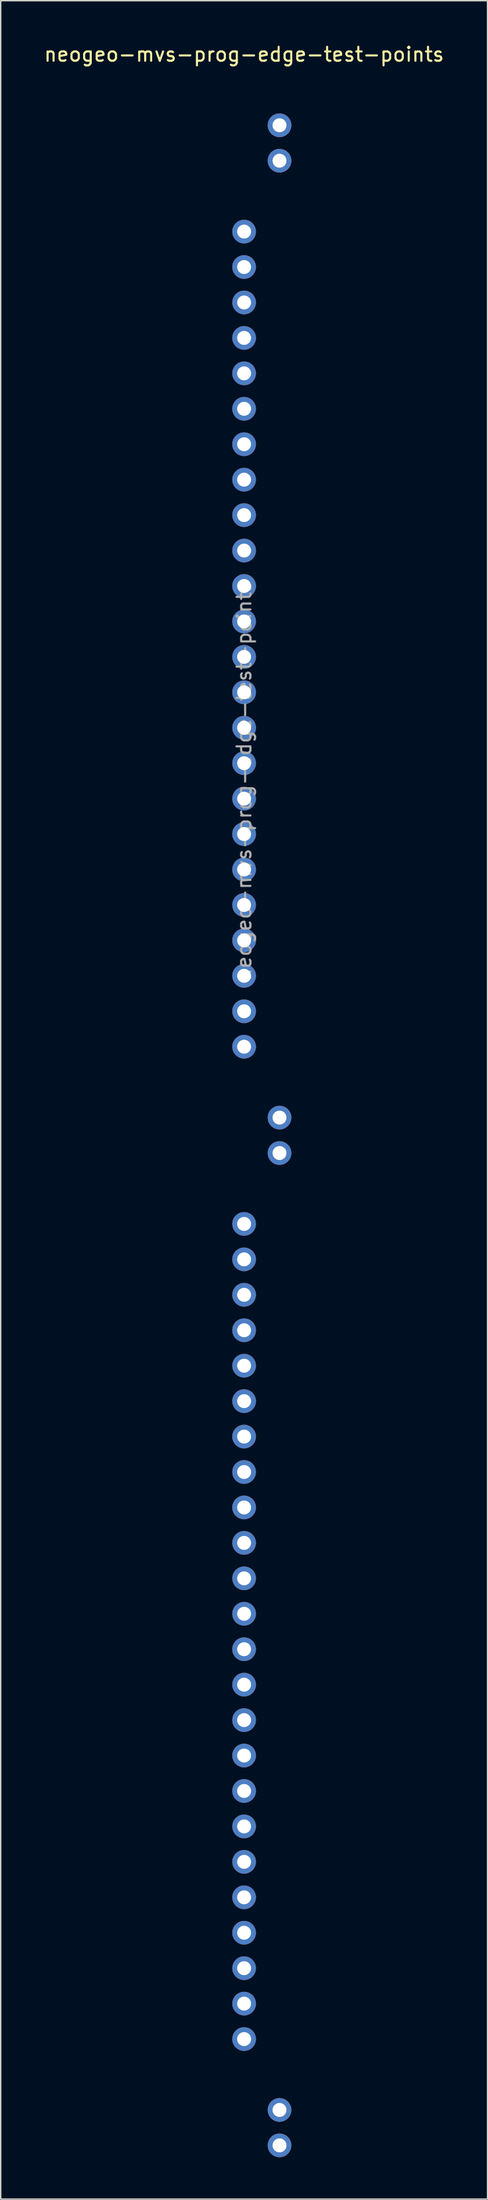
<source format=kicad_pcb>
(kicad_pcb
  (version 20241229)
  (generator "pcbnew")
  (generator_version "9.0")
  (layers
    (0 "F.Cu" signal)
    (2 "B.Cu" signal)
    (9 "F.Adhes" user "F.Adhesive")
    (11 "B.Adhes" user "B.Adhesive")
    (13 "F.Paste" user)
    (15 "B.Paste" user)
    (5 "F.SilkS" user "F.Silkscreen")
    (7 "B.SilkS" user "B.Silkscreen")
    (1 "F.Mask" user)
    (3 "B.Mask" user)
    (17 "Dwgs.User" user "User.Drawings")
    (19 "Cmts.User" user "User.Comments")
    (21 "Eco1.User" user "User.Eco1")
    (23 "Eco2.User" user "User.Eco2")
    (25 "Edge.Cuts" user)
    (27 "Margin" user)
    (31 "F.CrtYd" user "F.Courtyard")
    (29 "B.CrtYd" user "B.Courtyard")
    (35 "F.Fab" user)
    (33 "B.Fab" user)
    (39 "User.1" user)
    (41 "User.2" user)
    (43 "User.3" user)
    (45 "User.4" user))
  (footprint "neogeo-mvs-prog-edge-test-points"
    (layer "F.Cu")
    (at 14.458 3.388)
    (property "Reference" "neogeo-mvs-prog-edge-test-points" (at 0 -2.54 0) (layer "F.SilkS") (effects (font (size 1 1) (thickness 0.15))))
    (attr through_hole)
    (fp_text user "${REFERENCE}" (at 0 49.53 90) (layer "F.Fab") (effects (font (size 1 1) (thickness 0.15))))
    (pad "2" thru_hole oval (at 2.54 2.54) (size 1.7 1.7) (drill 1) (layers "*.Cu" "*.Mask"))
    (pad "3" thru_hole oval (at 2.54 5.08) (size 1.7 1.7) (drill 1) (layers "*.Cu" "*.Mask"))
    (pad "5" thru_hole oval (at 0 10.16) (size 1.7 1.7) (drill 1) (layers "*.Cu" "*.Mask"))
    (pad "6" thru_hole oval (at 0 12.7) (size 1.7 1.7) (drill 1) (layers "*.Cu" "*.Mask"))
    (pad "7" thru_hole oval (at 0 15.24) (size 1.7 1.7) (drill 1) (layers "*.Cu" "*.Mask"))
    (pad "8" thru_hole oval (at 0 17.78) (size 1.7 1.7) (drill 1) (layers "*.Cu" "*.Mask"))
    (pad "9" thru_hole oval (at 0 20.32) (size 1.7 1.7) (drill 1) (layers "*.Cu" "*.Mask"))
    (pad "10" thru_hole oval (at 0 22.86) (size 1.7 1.7) (drill 1) (layers "*.Cu" "*.Mask"))
    (pad "11" thru_hole oval (at 0 25.4) (size 1.7 1.7) (drill 1) (layers "*.Cu" "*.Mask"))
    (pad "12" thru_hole oval (at 0 27.94) (size 1.7 1.7) (drill 1) (layers "*.Cu" "*.Mask"))
    (pad "13" thru_hole oval (at 0 30.48) (size 1.7 1.7) (drill 1) (layers "*.Cu" "*.Mask"))
    (pad "14" thru_hole oval (at 0 33.02) (size 1.7 1.7) (drill 1) (layers "*.Cu" "*.Mask"))
    (pad "15" thru_hole oval (at 0 35.56) (size 1.7 1.7) (drill 1) (layers "*.Cu" "*.Mask"))
    (pad "16" thru_hole oval (at 0 38.1) (size 1.7 1.7) (drill 1) (layers "*.Cu" "*.Mask"))
    (pad "17" thru_hole oval (at 0 40.64) (size 1.7 1.7) (drill 1) (layers "*.Cu" "*.Mask"))
    (pad "18" thru_hole oval (at 0 43.18) (size 1.7 1.7) (drill 1) (layers "*.Cu" "*.Mask"))
    (pad "19" thru_hole oval (at 0 45.72) (size 1.7 1.7) (drill 1) (layers "*.Cu" "*.Mask"))
    (pad "20" thru_hole oval (at 0 48.26) (size 1.7 1.7) (drill 1) (layers "*.Cu" "*.Mask"))
    (pad "21" thru_hole oval (at 0 50.8) (size 1.7 1.7) (drill 1) (layers "*.Cu" "*.Mask"))
    (pad "22" thru_hole oval (at 0 53.34) (size 1.7 1.7) (drill 1) (layers "*.Cu" "*.Mask"))
    (pad "23" thru_hole oval (at 0 55.88) (size 1.7 1.7) (drill 1) (layers "*.Cu" "*.Mask"))
    (pad "24" thru_hole oval (at 0 58.42) (size 1.7 1.7) (drill 1) (layers "*.Cu" "*.Mask"))
    (pad "25" thru_hole oval (at 0 60.96) (size 1.7 1.7) (drill 1) (layers "*.Cu" "*.Mask"))
    (pad "26" thru_hole oval (at 0 63.5) (size 1.7 1.7) (drill 1) (layers "*.Cu" "*.Mask"))
    (pad "27" thru_hole oval (at 0 66.04) (size 1.7 1.7) (drill 1) (layers "*.Cu" "*.Mask"))
    (pad "28" thru_hole oval (at 0 68.58) (size 1.7 1.7) (drill 1) (layers "*.Cu" "*.Mask"))
    (pad "30" thru_hole oval (at 2.54 73.66) (size 1.7 1.7) (drill 1) (layers "*.Cu" "*.Mask"))
    (pad "31" thru_hole oval (at 2.54 76.2) (size 1.7 1.7) (drill 1) (layers "*.Cu" "*.Mask"))
    (pad "33" thru_hole oval (at 0 81.28) (size 1.7 1.7) (drill 1) (layers "*.Cu" "*.Mask"))
    (pad "34" thru_hole oval (at 0 83.82) (size 1.7 1.7) (drill 1) (layers "*.Cu" "*.Mask"))
    (pad "35" thru_hole oval (at 0 86.36) (size 1.7 1.7) (drill 1) (layers "*.Cu" "*.Mask"))
    (pad "36" thru_hole oval (at 0 88.9) (size 1.7 1.7) (drill 1) (layers "*.Cu" "*.Mask"))
    (pad "37" thru_hole oval (at 0 91.44) (size 1.7 1.7) (drill 1) (layers "*.Cu" "*.Mask"))
    (pad "38" thru_hole oval (at 0 93.98) (size 1.7 1.7) (drill 1) (layers "*.Cu" "*.Mask"))
    (pad "39" thru_hole oval (at 0 96.52) (size 1.7 1.7) (drill 1) (layers "*.Cu" "*.Mask"))
    (pad "40" thru_hole oval (at 0 99.06) (size 1.7 1.7) (drill 1) (layers "*.Cu" "*.Mask"))
    (pad "41" thru_hole oval (at 0 101.6) (size 1.7 1.7) (drill 1) (layers "*.Cu" "*.Mask"))
    (pad "42" thru_hole oval (at 0 104.14) (size 1.7 1.7) (drill 1) (layers "*.Cu" "*.Mask"))
    (pad "43" thru_hole oval (at 0 106.68) (size 1.7 1.7) (drill 1) (layers "*.Cu" "*.Mask"))
    (pad "44" thru_hole oval (at 0 109.22) (size 1.7 1.7) (drill 1) (layers "*.Cu" "*.Mask"))
    (pad "45" thru_hole oval (at 0 111.76) (size 1.7 1.7) (drill 1) (layers "*.Cu" "*.Mask"))
    (pad "46" thru_hole oval (at 0 114.3) (size 1.7 1.7) (drill 1) (layers "*.Cu" "*.Mask"))
    (pad "47" thru_hole oval (at 0 116.84) (size 1.7 1.7) (drill 1) (layers "*.Cu" "*.Mask"))
    (pad "48" thru_hole oval (at 0 119.38) (size 1.7 1.7) (drill 1) (layers "*.Cu" "*.Mask"))
    (pad "49" thru_hole oval (at 0 121.92) (size 1.7 1.7) (drill 1) (layers "*.Cu" "*.Mask"))
    (pad "50" thru_hole oval (at 0 124.46) (size 1.7 1.7) (drill 1) (layers "*.Cu" "*.Mask"))
    (pad "51" thru_hole oval (at 0 127) (size 1.7 1.7) (drill 1) (layers "*.Cu" "*.Mask"))
    (pad "52" thru_hole oval (at 0 129.54) (size 1.7 1.7) (drill 1) (layers "*.Cu" "*.Mask"))
    (pad "53" thru_hole oval (at 0 132.08) (size 1.7 1.7) (drill 1) (layers "*.Cu" "*.Mask"))
    (pad "54" thru_hole oval (at 0 134.62) (size 1.7 1.7) (drill 1) (layers "*.Cu" "*.Mask"))
    (pad "55" thru_hole oval (at 0 137.16) (size 1.7 1.7) (drill 1) (layers "*.Cu" "*.Mask"))
    (pad "56" thru_hole oval (at 0 139.7) (size 1.7 1.7) (drill 1) (layers "*.Cu" "*.Mask"))
    (pad "58" thru_hole oval (at 2.54 144.78) (size 1.7 1.7) (drill 1) (layers "*.Cu" "*.Mask"))
    (pad "59" thru_hole oval (at 2.54 147.32) (size 1.7 1.7) (drill 1) (layers "*.Cu" "*.Mask")))
  (gr_rect
    (start -3 -3)
    (end 31.917 154.558)
    (stroke (width 0.1) (type default))
    (fill no)
    (layer "Edge.Cuts")))
</source>
